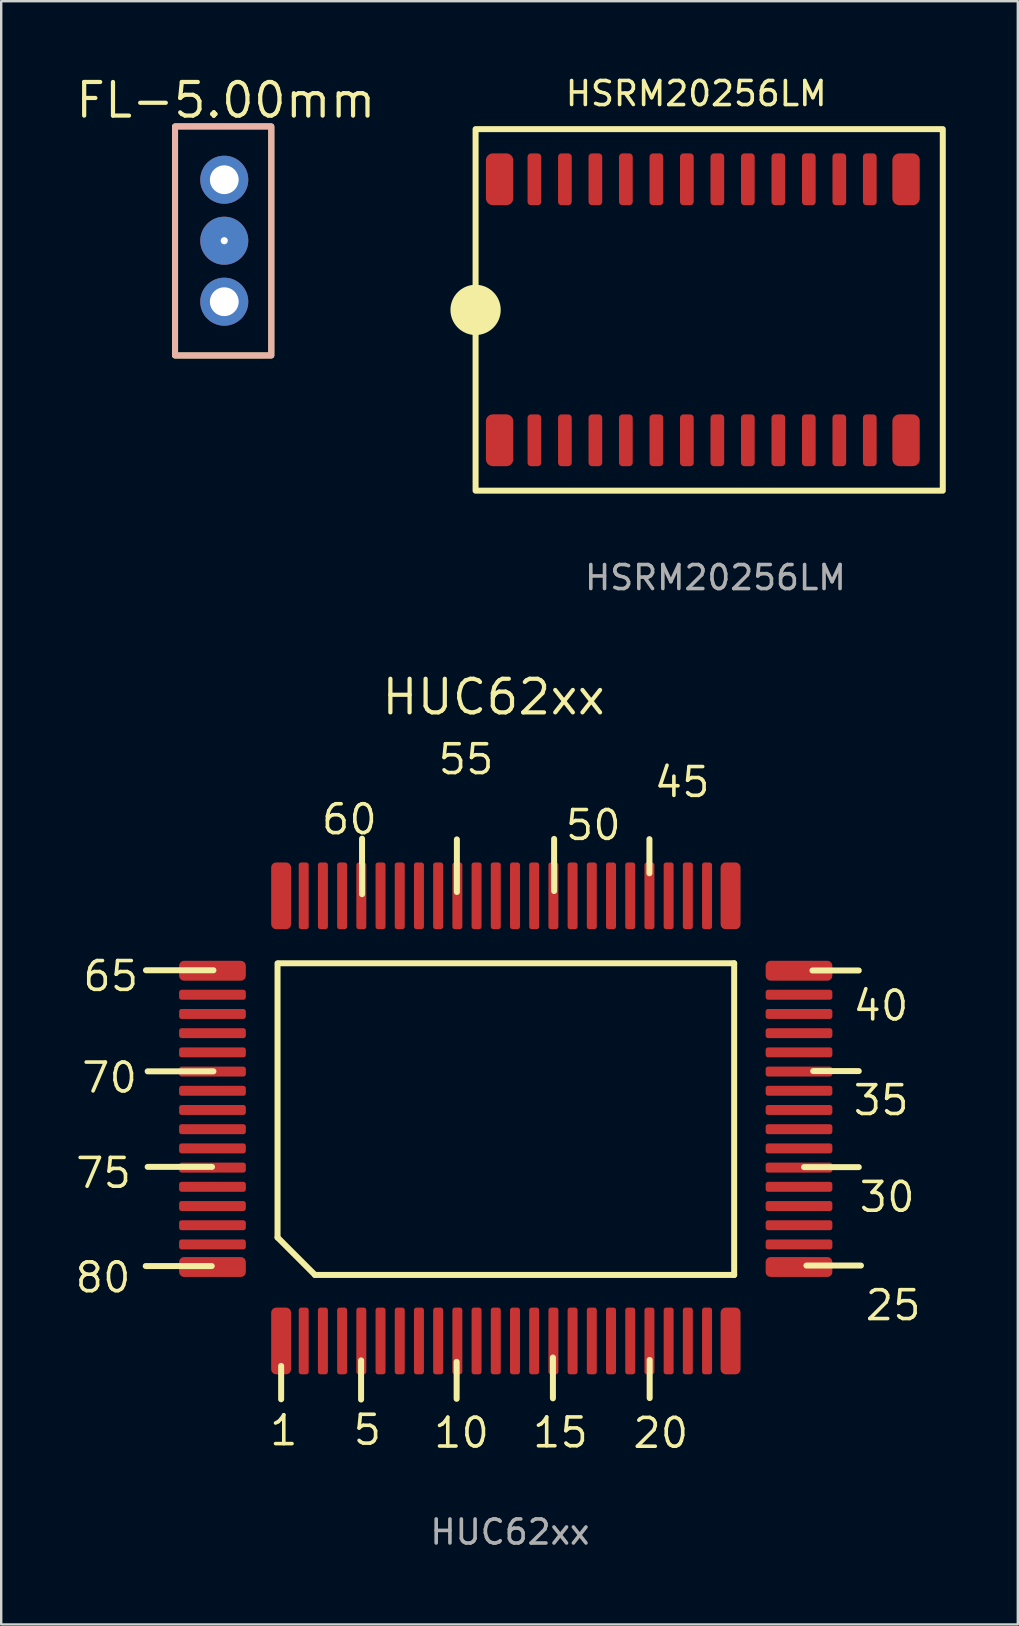
<source format=kicad_pcb>
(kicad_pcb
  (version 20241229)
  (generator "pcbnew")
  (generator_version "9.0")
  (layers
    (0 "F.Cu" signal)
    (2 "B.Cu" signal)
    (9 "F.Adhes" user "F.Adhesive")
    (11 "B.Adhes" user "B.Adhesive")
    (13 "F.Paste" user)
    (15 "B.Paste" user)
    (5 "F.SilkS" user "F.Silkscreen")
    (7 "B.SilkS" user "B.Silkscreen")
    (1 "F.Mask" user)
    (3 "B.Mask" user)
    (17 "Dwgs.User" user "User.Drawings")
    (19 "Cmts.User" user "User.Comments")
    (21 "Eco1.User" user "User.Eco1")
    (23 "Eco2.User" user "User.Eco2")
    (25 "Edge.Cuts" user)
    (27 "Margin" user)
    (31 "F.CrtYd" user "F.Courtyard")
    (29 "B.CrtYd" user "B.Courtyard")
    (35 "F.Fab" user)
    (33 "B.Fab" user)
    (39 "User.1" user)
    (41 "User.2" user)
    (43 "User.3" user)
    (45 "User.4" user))
  (footprint "HUC62xx"
    (layer "F.Cu")
    (at 17.34 49.613)
    (property "Reference" "HUC62xx" (at 0.17 -23.63 0) (layer "F.SilkS") (effects (font (size 1.4 1.4) (thickness 0.175))))
    (attr smd)
    (fp_line (start -11.57 0.07) (end -14.32 0.07) (stroke (width 0.25) (type default)) (layer "F.SilkS"))
    (fp_line (start -11.56 -4.06) (end -14.24 -4.06) (stroke (width 0.25) (type default)) (layer "F.SilkS"))
    (fp_line (start -11.5 -12.25) (end -14.31 -12.25) (stroke (width 0.25) (type default)) (layer "F.SilkS"))
    (fp_line (start -11.5 -8.04) (end -14.24 -8.04) (stroke (width 0.25) (type default)) (layer "F.SilkS"))
    (fp_line (start -8.83 -1.12) (end -8.83 -12.54) (stroke (width 0.25) (type default)) (layer "F.SilkS"))
    (fp_line (start -8.77 -12.54) (end 10.19 -12.54) (stroke (width 0.25) (type default)) (layer "F.SilkS"))
    (fp_line (start -8.68 4.23) (end -8.68 5.62) (stroke (width 0.25) (type default)) (layer "F.SilkS"))
    (fp_line (start -7.27 0.44) (end -8.83 -1.12) (stroke (width 0.25) (type default)) (layer "F.SilkS"))
    (fp_line (start -5.35 4) (end -5.35 5.63) (stroke (width 0.25) (type default)) (layer "F.SilkS"))
    (fp_line (start -5.31 -15.42) (end -5.31 -17.73) (stroke (width 0.25) (type default)) (layer "F.SilkS"))
    (fp_line (start -1.37 4.06) (end -1.37 5.6) (stroke (width 0.25) (type default)) (layer "F.SilkS"))
    (fp_line (start -1.36 -15.51) (end -1.36 -17.7) (stroke (width 0.25) (type default)) (layer "F.SilkS"))
    (fp_line (start 2.64 3.88) (end 2.64 5.58) (stroke (width 0.25) (type default)) (layer "F.SilkS"))
    (fp_line (start 2.69 -15.55) (end 2.69 -17.72) (stroke (width 0.25) (type default)) (layer "F.SilkS"))
    (fp_line (start 6.66 -16.29) (end 6.66 -17.71) (stroke (width 0.25) (type default)) (layer "F.SilkS"))
    (fp_line (start 6.67 3.98) (end 6.67 5.57) (stroke (width 0.25) (type default)) (layer "F.SilkS"))
    (fp_line (start 10.19 -12.54) (end 10.19 0.44) (stroke (width 0.25) (type default)) (layer "F.SilkS"))
    (fp_line (start 10.19 0.44) (end -7.27 0.44) (stroke (width 0.25) (type default)) (layer "F.SilkS"))
    (fp_line (start 13.1 -4.05) (end 15.38 -4.05) (stroke (width 0.25) (type default)) (layer "F.SilkS"))
    (fp_line (start 13.2 0.05) (end 15.47 0.05) (stroke (width 0.25) (type default)) (layer "F.SilkS"))
    (fp_line (start 13.45 -12.24) (end 15.38 -12.24) (stroke (width 0.25) (type default)) (layer "F.SilkS"))
    (fp_line (start 13.48 -8.05) (end 15.38 -8.05) (stroke (width 0.25) (type default)) (layer "F.SilkS"))
    (fp_text user "1" (at -9.24 7.62 0) (unlocked yes) (layer "F.SilkS") (effects (font (size 1.2 1.2) (thickness 0.15)) (justify left bottom)))
    (fp_text user "65" (at -17.02 -11.3 0) (unlocked yes) (layer "F.SilkS") (effects (font (size 1.2 1.2) (thickness 0.15)) (justify left bottom)))
    (fp_text user "70" (at -17.07 -7.07 0) (unlocked yes) (layer "F.SilkS") (effects (font (size 1.2 1.2) (thickness 0.15)) (justify left bottom)))
    (fp_text user "60" (at -7.08 -17.83 0) (unlocked yes) (layer "F.SilkS") (effects (font (size 1.2 1.2) (thickness 0.15)) (justify left bottom)))
    (fp_text user "5" (at -5.76 7.6 0) (unlocked yes) (layer "F.SilkS") (effects (font (size 1.2 1.2) (thickness 0.15)) (justify left bottom)))
    (fp_text user "35" (at 15.07 -6.13 0) (unlocked yes) (layer "F.SilkS") (effects (font (size 1.2 1.2) (thickness 0.15)) (justify left bottom)))
    (fp_text user "20" (at 5.89 7.73 0) (unlocked yes) (layer "F.SilkS") (effects (font (size 1.2 1.2) (thickness 0.15)) (justify left bottom)))
    (fp_text user "55" (at -2.22 -20.33 0) (unlocked yes) (layer "F.SilkS") (effects (font (size 1.2 1.2) (thickness 0.15)) (justify left bottom)))
    (fp_text user "45" (at 6.78 -19.38 0) (unlocked yes) (layer "F.SilkS") (effects (font (size 1.2 1.2) (thickness 0.15)) (justify left bottom)))
    (fp_text user "75" (at -17.32 -3.1 0) (unlocked yes) (layer "F.SilkS") (effects (font (size 1.2 1.2) (thickness 0.15)) (justify left bottom)))
    (fp_text user "10" (at -2.41 7.72 0) (unlocked yes) (layer "F.SilkS") (effects (font (size 1.2 1.2) (thickness 0.15)) (justify left bottom)))
    (fp_text user "40" (at 15.06 -10.07 0) (unlocked yes) (layer "F.SilkS") (effects (font (size 1.2 1.2) (thickness 0.15)) (justify left bottom)))
    (fp_text user "25" (at 15.57 2.41 0) (unlocked yes) (layer "F.SilkS") (effects (font (size 1.2 1.2) (thickness 0.15)) (justify left bottom)))
    (fp_text user "80" (at -17.34 1.25 0) (unlocked yes) (layer "F.SilkS") (effects (font (size 1.2 1.2) (thickness 0.15)) (justify left bottom)))
    (fp_text user "15" (at 1.71 7.71 0) (unlocked yes) (layer "F.SilkS") (effects (font (size 1.2 1.2) (thickness 0.15)) (justify left bottom)))
    (fp_text user "50" (at 3.08 -17.59 0) (unlocked yes) (layer "F.SilkS") (effects (font (size 1.2 1.2) (thickness 0.15)) (justify left bottom)))
    (fp_text user "30" (at 15.32 -2.1 0) (unlocked yes) (layer "F.SilkS") (effects (font (size 1.2 1.2) (thickness 0.15)) (justify left bottom)))
    (fp_text user "${REFERENCE}" (at 0.85 11.15 0) (layer "F.Fab") (effects (font (size 1 1) (thickness 0.15))))
    (pad "1" smd roundrect (at -8.68 3.19) (size 0.83 2.779) (layers "F.Cu" "F.Mask" "F.Paste") (roundrect_rratio 0.25))
    (pad "2" smd roundrect (at -7.74 3.19) (size 0.415 2.779) (layers "F.Cu" "F.Mask" "F.Paste") (roundrect_rratio 0.25))
    (pad "3" smd roundrect (at -6.94 3.19) (size 0.415 2.779) (layers "F.Cu" "F.Mask" "F.Paste") (roundrect_rratio 0.25))
    (pad "4" smd roundrect (at -6.14 3.19) (size 0.415 2.779) (layers "F.Cu" "F.Mask" "F.Paste") (roundrect_rratio 0.25))
    (pad "5" smd roundrect (at -5.34 3.19) (size 0.415 2.779) (layers "F.Cu" "F.Mask" "F.Paste") (roundrect_rratio 0.25))
    (pad "6" smd roundrect (at -4.54 3.19) (size 0.415 2.779) (layers "F.Cu" "F.Mask" "F.Paste") (roundrect_rratio 0.25))
    (pad "7" smd roundrect (at -3.74 3.19) (size 0.415 2.779) (layers "F.Cu" "F.Mask" "F.Paste") (roundrect_rratio 0.25))
    (pad "8" smd roundrect (at -2.94 3.19) (size 0.415 2.779) (layers "F.Cu" "F.Mask" "F.Paste") (roundrect_rratio 0.25))
    (pad "9" smd roundrect (at -2.14 3.19) (size 0.415 2.779) (layers "F.Cu" "F.Mask" "F.Paste") (roundrect_rratio 0.25))
    (pad "10" smd roundrect (at -1.34 3.19) (size 0.415 2.779) (layers "F.Cu" "F.Mask" "F.Paste") (roundrect_rratio 0.25))
    (pad "11" smd roundrect (at -0.54 3.19) (size 0.415 2.779) (layers "F.Cu" "F.Mask" "F.Paste") (roundrect_rratio 0.25))
    (pad "12" smd roundrect (at 0.26 3.19) (size 0.415 2.779) (layers "F.Cu" "F.Mask" "F.Paste") (roundrect_rratio 0.25))
    (pad "13" smd roundrect (at 1.06 3.19) (size 0.415 2.779) (layers "F.Cu" "F.Mask" "F.Paste") (roundrect_rratio 0.25))
    (pad "14" smd roundrect (at 1.86 3.19) (size 0.415 2.779) (layers "F.Cu" "F.Mask" "F.Paste") (roundrect_rratio 0.25))
    (pad "15" smd roundrect (at 2.66 3.19) (size 0.415 2.779) (layers "F.Cu" "F.Mask" "F.Paste") (roundrect_rratio 0.25))
    (pad "16" smd roundrect (at 3.46 3.19) (size 0.415 2.779) (layers "F.Cu" "F.Mask" "F.Paste") (roundrect_rratio 0.25))
    (pad "17" smd roundrect (at 4.26 3.19) (size 0.415 2.779) (layers "F.Cu" "F.Mask" "F.Paste") (roundrect_rratio 0.25))
    (pad "18" smd roundrect (at 5.06 3.19) (size 0.415 2.779) (layers "F.Cu" "F.Mask" "F.Paste") (roundrect_rratio 0.25))
    (pad "19" smd roundrect (at 5.86 3.19) (size 0.415 2.779) (layers "F.Cu" "F.Mask" "F.Paste") (roundrect_rratio 0.25))
    (pad "20" smd roundrect (at 6.66 3.19) (size 0.415 2.779) (layers "F.Cu" "F.Mask" "F.Paste") (roundrect_rratio 0.25))
    (pad "21" smd roundrect (at 7.46 3.19) (size 0.415 2.779) (layers "F.Cu" "F.Mask" "F.Paste") (roundrect_rratio 0.25))
    (pad "22" smd roundrect (at 8.26 3.19) (size 0.415 2.779) (layers "F.Cu" "F.Mask" "F.Paste") (roundrect_rratio 0.25))
    (pad "23" smd roundrect (at 9.06 3.19) (size 0.415 2.779) (layers "F.Cu" "F.Mask" "F.Paste") (roundrect_rratio 0.25))
    (pad "24" smd roundrect (at 10.04 3.19) (size 0.83 2.779) (layers "F.Cu" "F.Mask" "F.Paste") (roundrect_rratio 0.25))
    (pad "25" smd roundrect (at 12.89 0.11 90) (size 0.83 2.779) (layers "F.Cu" "F.Mask" "F.Paste") (roundrect_rratio 0.25))
    (pad "26" smd roundrect (at 12.89 -0.83 90) (size 0.415 2.779) (layers "F.Cu" "F.Mask" "F.Paste") (roundrect_rratio 0.25))
    (pad "27" smd roundrect (at 12.89 -1.63 90) (size 0.415 2.779) (layers "F.Cu" "F.Mask" "F.Paste") (roundrect_rratio 0.25))
    (pad "28" smd roundrect (at 12.89 -2.43 90) (size 0.415 2.779) (layers "F.Cu" "F.Mask" "F.Paste") (roundrect_rratio 0.25))
    (pad "29" smd roundrect (at 12.89 -3.23 90) (size 0.415 2.779) (layers "F.Cu" "F.Mask" "F.Paste") (roundrect_rratio 0.25))
    (pad "30" smd roundrect (at 12.89 -4.03 90) (size 0.415 2.779) (layers "F.Cu" "F.Mask" "F.Paste") (roundrect_rratio 0.25))
    (pad "31" smd roundrect (at 12.89 -4.83 90) (size 0.415 2.779) (layers "F.Cu" "F.Mask" "F.Paste") (roundrect_rratio 0.25))
    (pad "32" smd roundrect (at 12.89 -5.63 90) (size 0.415 2.779) (layers "F.Cu" "F.Mask" "F.Paste") (roundrect_rratio 0.25))
    (pad "33" smd roundrect (at 12.89 -6.43 90) (size 0.415 2.779) (layers "F.Cu" "F.Mask" "F.Paste") (roundrect_rratio 0.25))
    (pad "34" smd roundrect (at 12.89 -7.23 90) (size 0.415 2.779) (layers "F.Cu" "F.Mask" "F.Paste") (roundrect_rratio 0.25))
    (pad "35" smd roundrect (at 12.89 -8.03 90) (size 0.415 2.779) (layers "F.Cu" "F.Mask" "F.Paste") (roundrect_rratio 0.25))
    (pad "36" smd roundrect (at 12.89 -8.83 90) (size 0.415 2.779) (layers "F.Cu" "F.Mask" "F.Paste") (roundrect_rratio 0.25))
    (pad "37" smd roundrect (at 12.89 -9.63 90) (size 0.415 2.779) (layers "F.Cu" "F.Mask" "F.Paste") (roundrect_rratio 0.25))
    (pad "38" smd roundrect (at 12.89 -10.43 90) (size 0.415 2.779) (layers "F.Cu" "F.Mask" "F.Paste") (roundrect_rratio 0.25))
    (pad "39" smd roundrect (at 12.89 -11.23 90) (size 0.415 2.779) (layers "F.Cu" "F.Mask" "F.Paste") (roundrect_rratio 0.25))
    (pad "40" smd roundrect (at 12.89 -12.23 90) (size 0.83 2.779) (layers "F.Cu" "F.Mask" "F.Paste") (roundrect_rratio 0.25))
    (pad "41" smd roundrect (at 10.04 -15.35) (size 0.83 2.779) (layers "F.Cu" "F.Mask" "F.Paste") (roundrect_rratio 0.25))
    (pad "42" smd roundrect (at 9.06 -15.35) (size 0.415 2.779) (layers "F.Cu" "F.Mask" "F.Paste") (roundrect_rratio 0.25))
    (pad "43" smd roundrect (at 8.26 -15.35) (size 0.415 2.779) (layers "F.Cu" "F.Mask" "F.Paste") (roundrect_rratio 0.25))
    (pad "44" smd roundrect (at 7.46 -15.35) (size 0.415 2.779) (layers "F.Cu" "F.Mask" "F.Paste") (roundrect_rratio 0.25))
    (pad "45" smd roundrect (at 6.66 -15.35) (size 0.415 2.779) (layers "F.Cu" "F.Mask" "F.Paste") (roundrect_rratio 0.25))
    (pad "46" smd roundrect (at 5.86 -15.35) (size 0.415 2.779) (layers "F.Cu" "F.Mask" "F.Paste") (roundrect_rratio 0.25))
    (pad "47" smd roundrect (at 5.06 -15.35) (size 0.415 2.779) (layers "F.Cu" "F.Mask" "F.Paste") (roundrect_rratio 0.25))
    (pad "48" smd roundrect (at 4.26 -15.35) (size 0.415 2.779) (layers "F.Cu" "F.Mask" "F.Paste") (roundrect_rratio 0.25))
    (pad "49" smd roundrect (at 3.46 -15.35) (size 0.415 2.779) (layers "F.Cu" "F.Mask" "F.Paste") (roundrect_rratio 0.25))
    (pad "50" smd roundrect (at 2.66 -15.35) (size 0.415 2.779) (layers "F.Cu" "F.Mask" "F.Paste") (roundrect_rratio 0.25))
    (pad "51" smd roundrect (at 1.86 -15.35) (size 0.415 2.779) (layers "F.Cu" "F.Mask" "F.Paste") (roundrect_rratio 0.25))
    (pad "52" smd roundrect (at 1.06 -15.35) (size 0.415 2.779) (layers "F.Cu" "F.Mask" "F.Paste") (roundrect_rratio 0.25))
    (pad "53" smd roundrect (at 0.26 -15.35) (size 0.415 2.779) (layers "F.Cu" "F.Mask" "F.Paste") (roundrect_rratio 0.25))
    (pad "54" smd roundrect (at -0.54 -15.35) (size 0.415 2.779) (layers "F.Cu" "F.Mask" "F.Paste") (roundrect_rratio 0.25))
    (pad "55" smd roundrect (at -1.34 -15.35) (size 0.415 2.779) (layers "F.Cu" "F.Mask" "F.Paste") (roundrect_rratio 0.25))
    (pad "56" smd roundrect (at -2.14 -15.35) (size 0.415 2.779) (layers "F.Cu" "F.Mask" "F.Paste") (roundrect_rratio 0.25))
    (pad "57" smd roundrect (at -2.94 -15.35) (size 0.415 2.779) (layers "F.Cu" "F.Mask" "F.Paste") (roundrect_rratio 0.25))
    (pad "58" smd roundrect (at -3.74 -15.35) (size 0.415 2.779) (layers "F.Cu" "F.Mask" "F.Paste") (roundrect_rratio 0.25))
    (pad "59" smd roundrect (at -4.54 -15.35) (size 0.415 2.779) (layers "F.Cu" "F.Mask" "F.Paste") (roundrect_rratio 0.25))
    (pad "60" smd roundrect (at -5.34 -15.35) (size 0.415 2.779) (layers "F.Cu" "F.Mask" "F.Paste") (roundrect_rratio 0.25))
    (pad "61" smd roundrect (at -6.14 -15.35) (size 0.415 2.779) (layers "F.Cu" "F.Mask" "F.Paste") (roundrect_rratio 0.25))
    (pad "62" smd roundrect (at -6.94 -15.35) (size 0.415 2.779) (layers "F.Cu" "F.Mask" "F.Paste") (roundrect_rratio 0.25))
    (pad "63" smd roundrect (at -7.74 -15.35) (size 0.415 2.779) (layers "F.Cu" "F.Mask" "F.Paste") (roundrect_rratio 0.25))
    (pad "64" smd roundrect (at -8.68 -15.35) (size 0.83 2.779) (layers "F.Cu" "F.Mask" "F.Paste") (roundrect_rratio 0.25))
    (pad "65" smd roundrect (at -11.54 -12.23 90) (size 0.83 2.779) (layers "F.Cu" "F.Mask" "F.Paste") (roundrect_rratio 0.25))
    (pad "66" smd roundrect (at -11.54 -11.23 90) (size 0.415 2.779) (layers "F.Cu" "F.Mask" "F.Paste") (roundrect_rratio 0.25))
    (pad "67" smd roundrect (at -11.54 -10.43 90) (size 0.415 2.779) (layers "F.Cu" "F.Mask" "F.Paste") (roundrect_rratio 0.25))
    (pad "68" smd roundrect (at -11.54 -9.63 90) (size 0.415 2.779) (layers "F.Cu" "F.Mask" "F.Paste") (roundrect_rratio 0.25))
    (pad "69" smd roundrect (at -11.54 -8.83 90) (size 0.415 2.779) (layers "F.Cu" "F.Mask" "F.Paste") (roundrect_rratio 0.25))
    (pad "70" smd roundrect (at -11.54 -8.03 90) (size 0.415 2.779) (layers "F.Cu" "F.Mask" "F.Paste") (roundrect_rratio 0.25))
    (pad "71" smd roundrect (at -11.54 -7.23 90) (size 0.415 2.779) (layers "F.Cu" "F.Mask" "F.Paste") (roundrect_rratio 0.25))
    (pad "72" smd roundrect (at -11.54 -6.43 90) (size 0.415 2.779) (layers "F.Cu" "F.Mask" "F.Paste") (roundrect_rratio 0.25))
    (pad "73" smd roundrect (at -11.54 -5.63 90) (size 0.415 2.779) (layers "F.Cu" "F.Mask" "F.Paste") (roundrect_rratio 0.25))
    (pad "74" smd roundrect (at -11.54 -4.83 90) (size 0.415 2.779) (layers "F.Cu" "F.Mask" "F.Paste") (roundrect_rratio 0.25))
    (pad "75" smd roundrect (at -11.54 -4.03 90) (size 0.415 2.779) (layers "F.Cu" "F.Mask" "F.Paste") (roundrect_rratio 0.25))
    (pad "76" smd roundrect (at -11.54 -3.23 90) (size 0.415 2.779) (layers "F.Cu" "F.Mask" "F.Paste") (roundrect_rratio 0.25))
    (pad "77" smd roundrect (at -11.54 -2.43 90) (size 0.415 2.779) (layers "F.Cu" "F.Mask" "F.Paste") (roundrect_rratio 0.25))
    (pad "78" smd roundrect (at -11.54 -1.63 90) (size 0.415 2.779) (layers "F.Cu" "F.Mask" "F.Paste") (roundrect_rratio 0.25))
    (pad "79" smd roundrect (at -11.54 -0.83 90) (size 0.415 2.779) (layers "F.Cu" "F.Mask" "F.Paste") (roundrect_rratio 0.25))
    (pad "80" smd roundrect (at -11.54 0.11 90) (size 0.83 2.779) (layers "F.Cu" "F.Mask" "F.Paste") (roundrect_rratio 0.25)))
  (footprint "HSRM20256LM"
    (layer "F.Cu")
    (at 25.899 9.858)
    (property "Reference" "HSRM20256LM" (at 0.05 -9.01 0) (layer "F.SilkS") (effects (font (size 1 1) (thickness 0.15))))
    (attr smd)
    (fp_rect (start -9.14 -7.53) (end 10.32 7.53) (stroke (width 0.25) (type default)) (fill no) (layer "F.SilkS"))
    (fp_circle (center -9.14 0) (end -8.218 0) (stroke (width 0.25) (type solid)) (fill yes) (layer "F.SilkS"))
    (fp_text user "${REFERENCE}" (at 0.85 11.15 0) (layer "F.Fab") (effects (font (size 1 1) (thickness 0.15))))
    (pad "1" smd roundrect (at -8.14 5.43) (size 1.14 2.158) (layers "F.Cu" "F.Mask" "F.Paste") (roundrect_rratio 0.25))
    (pad "2" smd roundrect (at -6.69 5.431) (size 0.57 2.158) (layers "F.Cu" "F.Mask" "F.Paste") (roundrect_rratio 0.25))
    (pad "3" smd roundrect (at -5.42 5.431) (size 0.57 2.158) (layers "F.Cu" "F.Mask" "F.Paste") (roundrect_rratio 0.25))
    (pad "4" smd roundrect (at -4.15 5.431) (size 0.57 2.158) (layers "F.Cu" "F.Mask" "F.Paste") (roundrect_rratio 0.25))
    (pad "5" smd roundrect (at -2.88 5.431) (size 0.57 2.158) (layers "F.Cu" "F.Mask" "F.Paste") (roundrect_rratio 0.25))
    (pad "6" smd roundrect (at -1.61 5.431) (size 0.57 2.158) (layers "F.Cu" "F.Mask" "F.Paste") (roundrect_rratio 0.25))
    (pad "7" smd roundrect (at -0.34 5.431) (size 0.57 2.158) (layers "F.Cu" "F.Mask" "F.Paste") (roundrect_rratio 0.25))
    (pad "8" smd roundrect (at 0.93 5.431) (size 0.57 2.158) (layers "F.Cu" "F.Mask" "F.Paste") (roundrect_rratio 0.25))
    (pad "9" smd roundrect (at 2.2 5.431) (size 0.57 2.158) (layers "F.Cu" "F.Mask" "F.Paste") (roundrect_rratio 0.25))
    (pad "10" smd roundrect (at 3.47 5.431) (size 0.57 2.158) (layers "F.Cu" "F.Mask" "F.Paste") (roundrect_rratio 0.25))
    (pad "11" smd roundrect (at 4.74 5.431) (size 0.57 2.158) (layers "F.Cu" "F.Mask" "F.Paste") (roundrect_rratio 0.25))
    (pad "12" smd roundrect (at 6.01 5.431) (size 0.57 2.158) (layers "F.Cu" "F.Mask" "F.Paste") (roundrect_rratio 0.25))
    (pad "13" smd roundrect (at 7.28 5.431) (size 0.57 2.158) (layers "F.Cu" "F.Mask" "F.Paste") (roundrect_rratio 0.25))
    (pad "14" smd roundrect (at 8.79 5.43) (size 1.14 2.158) (layers "F.Cu" "F.Mask" "F.Paste") (roundrect_rratio 0.25))
    (pad "15" smd roundrect (at 8.79 -5.44) (size 1.14 2.158) (layers "F.Cu" "F.Mask" "F.Paste") (roundrect_rratio 0.25))
    (pad "16" smd roundrect (at 7.28 -5.439) (size 0.57 2.158) (layers "F.Cu" "F.Mask" "F.Paste") (roundrect_rratio 0.25))
    (pad "17" smd roundrect (at 6.01 -5.439) (size 0.57 2.158) (layers "F.Cu" "F.Mask" "F.Paste") (roundrect_rratio 0.25))
    (pad "18" smd roundrect (at 4.74 -5.439) (size 0.57 2.158) (layers "F.Cu" "F.Mask" "F.Paste") (roundrect_rratio 0.25))
    (pad "19" smd roundrect (at 3.47 -5.439) (size 0.57 2.158) (layers "F.Cu" "F.Mask" "F.Paste") (roundrect_rratio 0.25))
    (pad "20" smd roundrect (at 2.2 -5.439) (size 0.57 2.158) (layers "F.Cu" "F.Mask" "F.Paste") (roundrect_rratio 0.25))
    (pad "21" smd roundrect (at 0.93 -5.439) (size 0.57 2.158) (layers "F.Cu" "F.Mask" "F.Paste") (roundrect_rratio 0.25))
    (pad "22" smd roundrect (at -0.34 -5.439) (size 0.57 2.158) (layers "F.Cu" "F.Mask" "F.Paste") (roundrect_rratio 0.25))
    (pad "23" smd roundrect (at -1.61 -5.439) (size 0.57 2.158) (layers "F.Cu" "F.Mask" "F.Paste") (roundrect_rratio 0.25))
    (pad "24" smd roundrect (at -2.88 -5.439) (size 0.57 2.158) (layers "F.Cu" "F.Mask" "F.Paste") (roundrect_rratio 0.25))
    (pad "25" smd roundrect (at -4.15 -5.439) (size 0.57 2.158) (layers "F.Cu" "F.Mask" "F.Paste") (roundrect_rratio 0.25))
    (pad "26" smd roundrect (at -5.42 -5.439) (size 0.57 2.158) (layers "F.Cu" "F.Mask" "F.Paste") (roundrect_rratio 0.25))
    (pad "27" smd roundrect (at -6.69 -5.439) (size 0.57 2.158) (layers "F.Cu" "F.Mask" "F.Paste") (roundrect_rratio 0.25))
    (pad "28" smd roundrect (at -8.14 -5.44) (size 1.14 2.158) (layers "F.Cu" "F.Mask" "F.Paste") (roundrect_rratio 0.25)))
  (footprint "FL-5.00mm"
    (layer "F.Cu")
    (at 6.446 6.786)
    (property "Reference" "FL-5.00mm" (at -0.09 -5.66 0) (layer "F.SilkS") (effects (font (size 1.4 1.4) (thickness 0.175))))
    (attr through_hole)
    (fp_rect (start -2.205 -4.57) (end 1.805 4.97) (stroke (width 0.25) (type default)) (fill no) (layer "F.SilkS"))
    (fp_rect (start -2.205 -4.57) (end 1.805 4.97) (stroke (width 0.25) (type default)) (fill no) (layer "B.SilkS"))
    (pad "0" thru_hole circle (at -0.155 0.19 180) (size 2 2) (drill 0.3) (layers "*.Cu" "*.Mask"))
    (pad "1" thru_hole circle (at -0.155 2.73 180) (size 2 2) (drill 1.2) (layers "*.Cu" "*.Mask"))
    (pad "2" thru_hole circle (at -0.155 -2.35 180) (size 2 2) (drill 1.2) (layers "*.Cu" "*.Mask")))
  (gr_rect
    (start -3 -3)
    (end 39.344 64.611)
    (stroke (width 0.1) (type default))
    (fill no)
    (layer "Edge.Cuts")))
</source>
